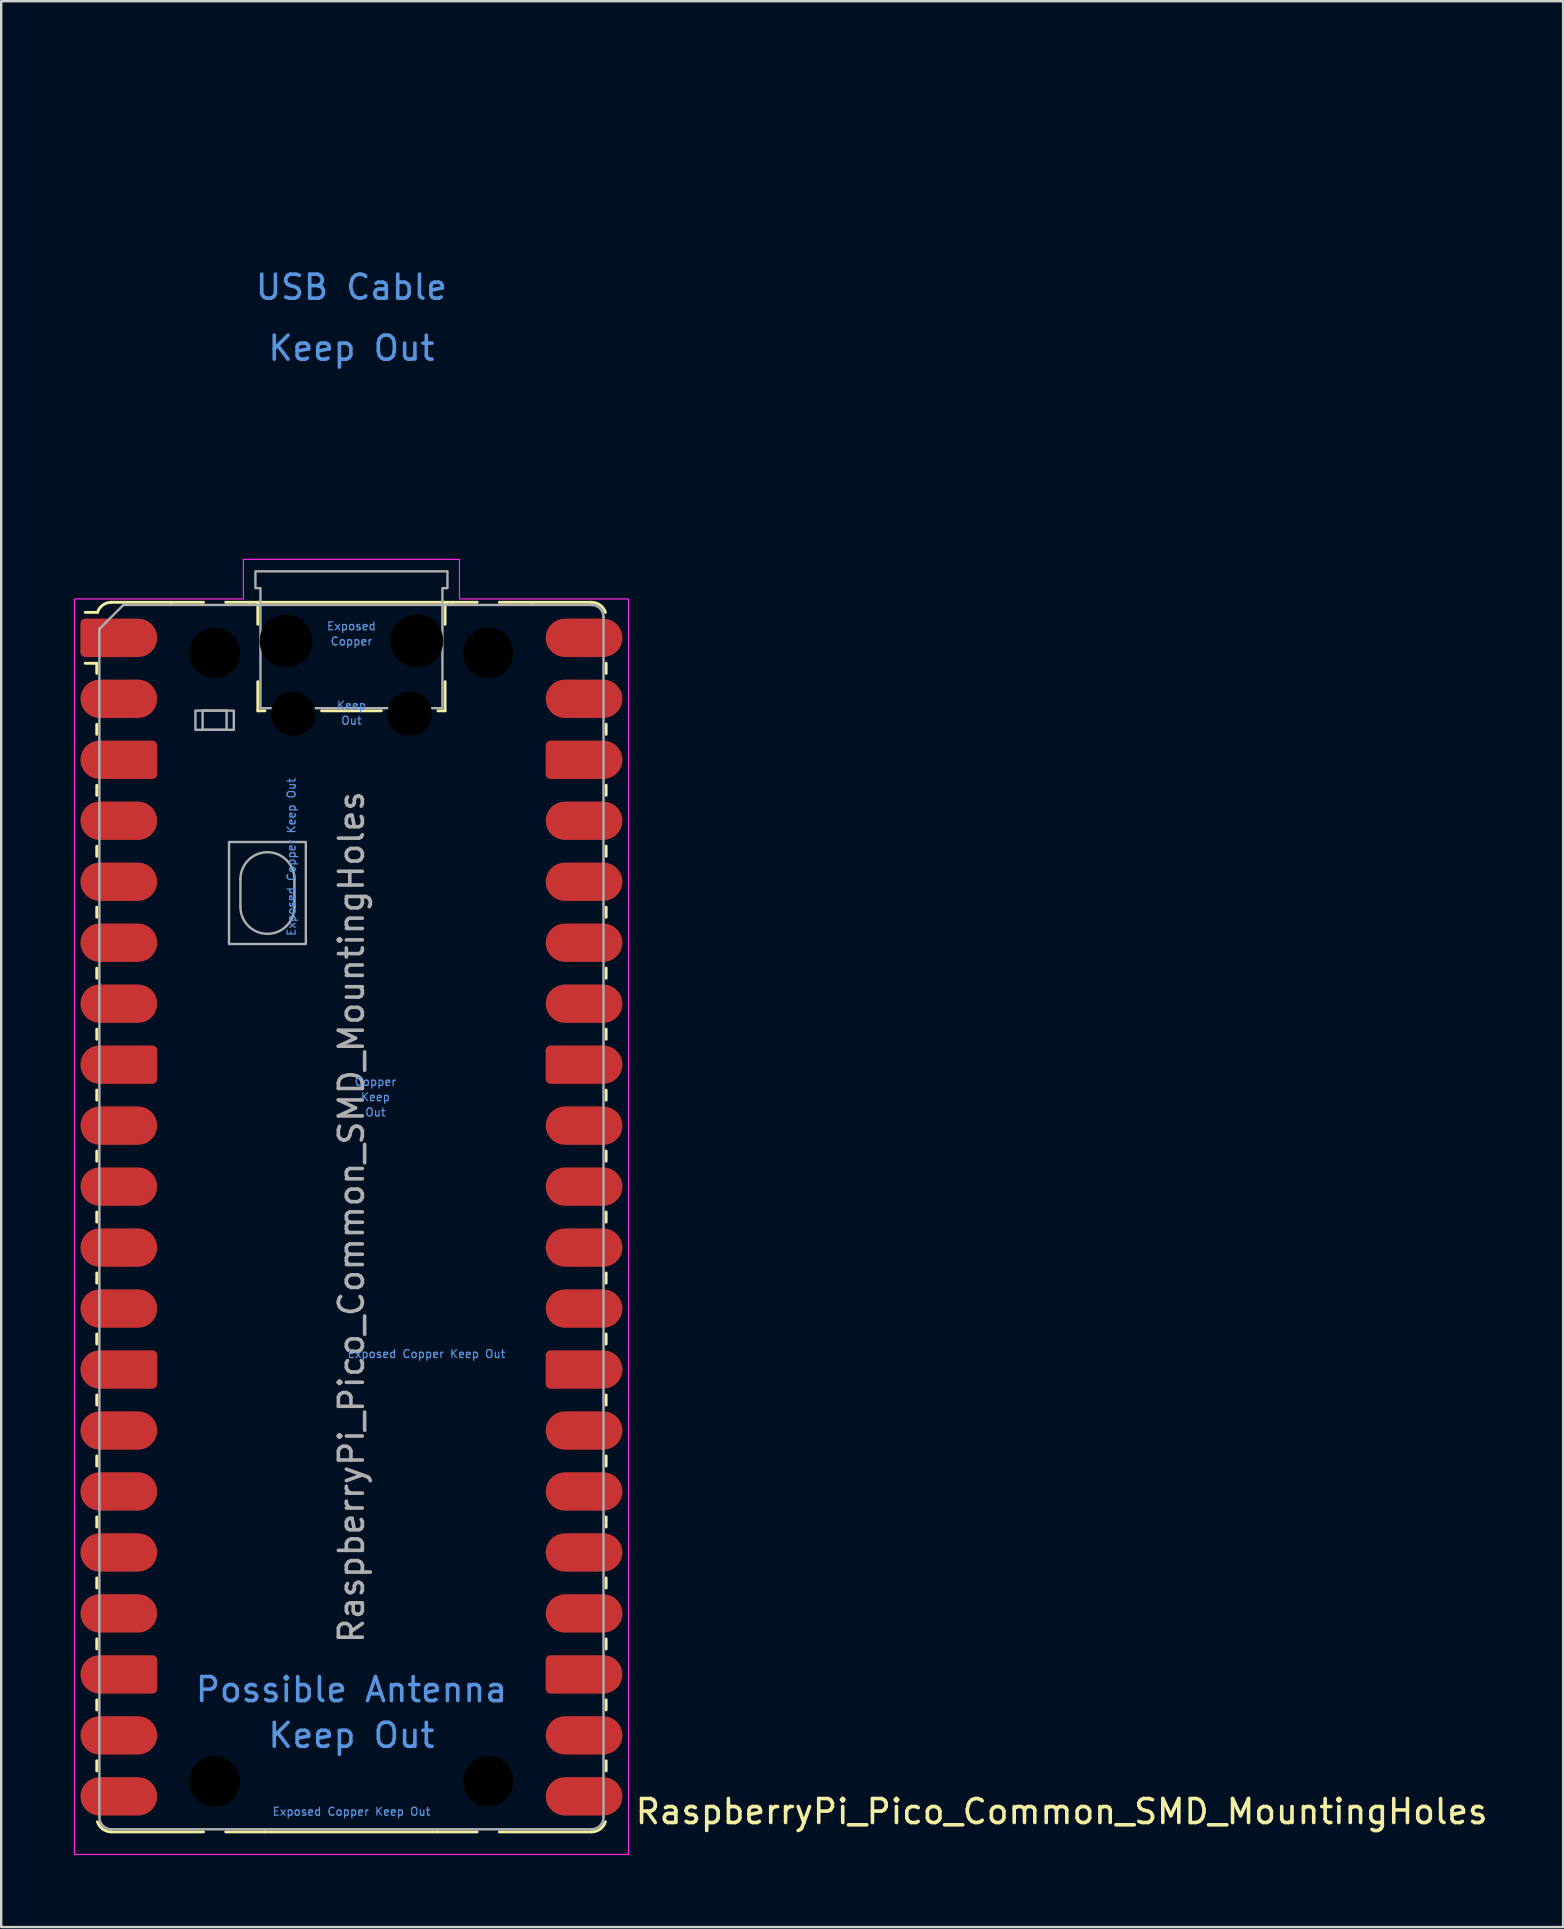
<source format=kicad_pcb>
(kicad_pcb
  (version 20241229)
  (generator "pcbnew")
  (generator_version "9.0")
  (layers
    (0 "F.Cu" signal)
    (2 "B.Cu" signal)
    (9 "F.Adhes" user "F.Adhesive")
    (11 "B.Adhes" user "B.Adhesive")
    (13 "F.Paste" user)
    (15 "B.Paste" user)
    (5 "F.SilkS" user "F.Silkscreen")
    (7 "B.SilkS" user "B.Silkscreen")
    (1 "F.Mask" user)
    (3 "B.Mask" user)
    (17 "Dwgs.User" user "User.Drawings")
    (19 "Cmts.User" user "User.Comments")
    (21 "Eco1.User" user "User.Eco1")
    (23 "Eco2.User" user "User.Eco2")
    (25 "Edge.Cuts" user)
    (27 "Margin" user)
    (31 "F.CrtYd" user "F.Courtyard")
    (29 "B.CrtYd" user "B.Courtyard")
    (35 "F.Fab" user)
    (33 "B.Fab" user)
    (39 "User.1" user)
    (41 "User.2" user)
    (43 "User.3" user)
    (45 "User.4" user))
  (footprint "RaspberryPi_Pico_Common_SMD_MountingHoles"
    (layer "F.Cu")
    (at 11.59 47.65)
    (property "Reference" "RaspberryPi_Pico_Common_SMD_MountingHoles" (at 11.748 24.765 0) (unlocked yes) (layer "F.SilkS") (effects (font (size 1 1) (thickness 0.15)) (justify left)))
    (attr smd)
    (fp_line (start -10.61 -23.07) (end -11.09 -23.07) (stroke (width 0.12) (type solid)) (layer "F.SilkS"))
    (fp_line (start -10.61 -23.07) (end -10.61 -22.65) (stroke (width 0.12) (type solid)) (layer "F.SilkS"))
    (fp_line (start -10.61 -20.53) (end -10.61 -20.11) (stroke (width 0.12) (type solid)) (layer "F.SilkS"))
    (fp_line (start -10.61 -17.99) (end -10.61 -17.57) (stroke (width 0.12) (type solid)) (layer "F.SilkS"))
    (fp_line (start -10.61 -15.45) (end -10.61 -15.03) (stroke (width 0.12) (type solid)) (layer "F.SilkS"))
    (fp_line (start -10.61 -12.91) (end -10.61 -12.49) (stroke (width 0.12) (type solid)) (layer "F.SilkS"))
    (fp_line (start -10.61 -10.37) (end -10.61 -9.95) (stroke (width 0.12) (type solid)) (layer "F.SilkS"))
    (fp_line (start -10.61 -7.83) (end -10.61 -7.41) (stroke (width 0.12) (type solid)) (layer "F.SilkS"))
    (fp_line (start -10.61 -5.29) (end -10.61 -4.87) (stroke (width 0.12) (type solid)) (layer "F.SilkS"))
    (fp_line (start -10.61 -2.75) (end -10.61 -2.33) (stroke (width 0.12) (type solid)) (layer "F.SilkS"))
    (fp_line (start -10.61 -0.21) (end -10.61 0.21) (stroke (width 0.12) (type solid)) (layer "F.SilkS"))
    (fp_line (start -10.61 2.33) (end -10.61 2.75) (stroke (width 0.12) (type solid)) (layer "F.SilkS"))
    (fp_line (start -10.61 4.87) (end -10.61 5.29) (stroke (width 0.12) (type solid)) (layer "F.SilkS"))
    (fp_line (start -10.61 7.41) (end -10.61 7.83) (stroke (width 0.12) (type solid)) (layer "F.SilkS"))
    (fp_line (start -10.61 9.95) (end -10.61 10.37) (stroke (width 0.12) (type solid)) (layer "F.SilkS"))
    (fp_line (start -10.61 12.49) (end -10.61 12.91) (stroke (width 0.12) (type solid)) (layer "F.SilkS"))
    (fp_line (start -10.61 15.03) (end -10.61 15.45) (stroke (width 0.12) (type solid)) (layer "F.SilkS"))
    (fp_line (start -10.61 17.57) (end -10.61 17.99) (stroke (width 0.12) (type solid)) (layer "F.SilkS"))
    (fp_line (start -10.61 20.11) (end -10.61 20.53) (stroke (width 0.12) (type solid)) (layer "F.SilkS"))
    (fp_line (start -10.61 22.65) (end -10.61 23.07) (stroke (width 0.12) (type solid)) (layer "F.SilkS"))
    (fp_line (start -10.58 -25.19) (end -11.09 -25.19) (stroke (width 0.12) (type solid)) (layer "F.SilkS"))
    (fp_line (start -10 -25.61) (end -7.51 -25.61) (stroke (width 0.12) (type solid)) (layer "F.SilkS"))
    (fp_line (start -10 25.61) (end -6.162 25.61) (stroke (width 0.12) (type solid)) (layer "F.SilkS"))
    (fp_line (start -7.51 -25.61) (end -6.162 -25.61) (stroke (width 0.12) (type solid)) (layer "F.SilkS"))
    (fp_line (start -5.238 -25.61) (end -4.235 -25.61) (stroke (width 0.12) (type solid)) (layer "F.SilkS"))
    (fp_line (start -4.235 -25.61) (end 4.235 -25.61) (stroke (width 0.12) (type solid)) (layer "F.SilkS"))
    (fp_line (start -3.9 -25.61) (end -3.9 -24.694) (stroke (width 0.12) (type solid)) (layer "F.SilkS"))
    (fp_line (start -3.9 -22.306) (end -3.9 -21.09) (stroke (width 0.12) (type solid)) (layer "F.SilkS"))
    (fp_line (start -3.9 -21.09) (end -3.604 -21.09) (stroke (width 0.12) (type solid)) (layer "F.SilkS"))
    (fp_line (start -3.6 25.61) (end -5.238 25.61) (stroke (width 0.12) (type solid)) (layer "F.SilkS"))
    (fp_line (start -1.246 -21.09) (end 1.246 -21.09) (stroke (width 0.12) (type solid)) (layer "F.SilkS"))
    (fp_line (start 3.6 25.61) (end -3.6 25.61) (stroke (width 0.12) (type solid)) (layer "F.SilkS"))
    (fp_line (start 3.604 -21.09) (end 3.9 -21.09) (stroke (width 0.12) (type solid)) (layer "F.SilkS"))
    (fp_line (start 3.9 -25.61) (end 3.9 -24.694) (stroke (width 0.12) (type solid)) (layer "F.SilkS"))
    (fp_line (start 3.9 -22.306) (end 3.9 -21.09) (stroke (width 0.12) (type solid)) (layer "F.SilkS"))
    (fp_line (start 4.235 -25.61) (end 5.238 -25.61) (stroke (width 0.12) (type solid)) (layer "F.SilkS"))
    (fp_line (start 5.238 25.61) (end 3.6 25.61) (stroke (width 0.12) (type solid)) (layer "F.SilkS"))
    (fp_line (start 6.162 -25.61) (end 7.51 -25.61) (stroke (width 0.12) (type solid)) (layer "F.SilkS"))
    (fp_line (start 6.162 25.61) (end 10 25.61) (stroke (width 0.12) (type solid)) (layer "F.SilkS"))
    (fp_line (start 10 -25.61) (end 7.51 -25.61) (stroke (width 0.12) (type solid)) (layer "F.SilkS"))
    (fp_line (start 10.61 -23.07) (end 10.61 -22.65) (stroke (width 0.12) (type solid)) (layer "F.SilkS"))
    (fp_line (start 10.61 -20.53) (end 10.61 -20.11) (stroke (width 0.12) (type solid)) (layer "F.SilkS"))
    (fp_line (start 10.61 -17.99) (end 10.61 -17.57) (stroke (width 0.12) (type solid)) (layer "F.SilkS"))
    (fp_line (start 10.61 -15.45) (end 10.61 -15.03) (stroke (width 0.12) (type solid)) (layer "F.SilkS"))
    (fp_line (start 10.61 -12.91) (end 10.61 -12.49) (stroke (width 0.12) (type solid)) (layer "F.SilkS"))
    (fp_line (start 10.61 -10.37) (end 10.61 -9.95) (stroke (width 0.12) (type solid)) (layer "F.SilkS"))
    (fp_line (start 10.61 -7.83) (end 10.61 -7.41) (stroke (width 0.12) (type solid)) (layer "F.SilkS"))
    (fp_line (start 10.61 -5.29) (end 10.61 -4.87) (stroke (width 0.12) (type solid)) (layer "F.SilkS"))
    (fp_line (start 10.61 -2.75) (end 10.61 -2.33) (stroke (width 0.12) (type solid)) (layer "F.SilkS"))
    (fp_line (start 10.61 -0.21) (end 10.61 0.21) (stroke (width 0.12) (type solid)) (layer "F.SilkS"))
    (fp_line (start 10.61 2.33) (end 10.61 2.75) (stroke (width 0.12) (type solid)) (layer "F.SilkS"))
    (fp_line (start 10.61 4.87) (end 10.61 5.29) (stroke (width 0.12) (type solid)) (layer "F.SilkS"))
    (fp_line (start 10.61 7.41) (end 10.61 7.83) (stroke (width 0.12) (type solid)) (layer "F.SilkS"))
    (fp_line (start 10.61 9.95) (end 10.61 10.37) (stroke (width 0.12) (type solid)) (layer "F.SilkS"))
    (fp_line (start 10.61 12.49) (end 10.61 12.91) (stroke (width 0.12) (type solid)) (layer "F.SilkS"))
    (fp_line (start 10.61 15.03) (end 10.61 15.45) (stroke (width 0.12) (type solid)) (layer "F.SilkS"))
    (fp_line (start 10.61 17.57) (end 10.61 17.99) (stroke (width 0.12) (type solid)) (layer "F.SilkS"))
    (fp_line (start 10.61 20.11) (end 10.61 20.53) (stroke (width 0.12) (type solid)) (layer "F.SilkS"))
    (fp_line (start 10.61 22.65) (end 10.61 23.07) (stroke (width 0.12) (type solid)) (layer "F.SilkS"))
    (fp_arc (start -10.579676 -25.19) (mid -10.357938 -25.493944) (end -10 -25.61) (stroke (width 0.12) (type solid)) (layer "F.SilkS"))
    (fp_arc (start -10 25.61) (mid -10.357937 25.493944) (end -10.579676 25.189937) (stroke (width 0.12) (type solid)) (layer "F.SilkS"))
    (fp_arc (start 10 -25.61) (mid 10.357937 -25.493944) (end 10.579676 -25.189937) (stroke (width 0.12) (type solid)) (layer "F.SilkS"))
    (fp_arc (start 10.579676 25.189937) (mid 10.357946 25.493957) (end 10 25.61) (stroke (width 0.12) (type solid)) (layer "F.SilkS"))
    (fp_poly (pts (xy -4.5 -27.4) (xy 4.5 -27.4) (xy 4.5 -25.75) (xy 11.54 -25.75) (xy 11.54 26.55) (xy -11.54 26.55) (xy -11.54 -25.75) (xy -4.5 -25.75)) (stroke (width 0.05) (type solid)) (fill no) (layer "F.CrtYd"))
    (fp_line (start -10.5 -24.5) (end -9.5 -25.5) (stroke (width 0.1) (type solid)) (layer "F.Fab"))
    (fp_line (start -10.5 25) (end -10.5 -24.5) (stroke (width 0.1) (type solid)) (layer "F.Fab"))
    (fp_line (start -9.5 -25.5) (end 10 -25.5) (stroke (width 0.1) (type solid)) (layer "F.Fab"))
    (fp_line (start -4.625 -14.075) (end -4.625 -12.925) (stroke (width 0.1) (type solid)) (layer "F.Fab"))
    (fp_line (start -2.375 -14.075) (end -2.375 -12.925) (stroke (width 0.1) (type solid)) (layer "F.Fab"))
    (fp_line (start 10 25.5) (end -10 25.5) (stroke (width 0.1) (type solid)) (layer "F.Fab"))
    (fp_line (start 10.5 -25) (end 10.5 25) (stroke (width 0.1) (type solid)) (layer "F.Fab"))
    (fp_rect (start -6.5 -21.1) (end -4.9 -20.3) (stroke (width 0.1) (type solid)) (fill no) (layer "F.Fab"))
    (fp_rect (start -6.2 -21.1) (end -5.2 -20.3) (stroke (width 0.1) (type solid)) (fill no) (layer "F.Fab"))
    (fp_rect (start -5.1 -15.625) (end -1.9 -11.375) (stroke (width 0.1) (type solid)) (fill no) (layer "F.Fab"))
    (fp_arc (start -10 25.5) (mid -10.353553 25.353553) (end -10.5 25) (stroke (width 0.1) (type solid)) (layer "F.Fab"))
    (fp_arc (start -4.625 -14.075) (mid -3.5 -15.2) (end -2.375 -14.075) (stroke (width 0.1) (type solid)) (layer "F.Fab"))
    (fp_arc (start -2.375 -12.925) (mid -3.5 -11.8) (end -4.625 -12.925) (stroke (width 0.1) (type solid)) (layer "F.Fab"))
    (fp_arc (start 10 -25.5) (mid 10.353553 -25.353553) (end 10.5 -25) (stroke (width 0.1) (type solid)) (layer "F.Fab"))
    (fp_arc (start 10.5 25) (mid 10.353553 25.353553) (end 10 25.5) (stroke (width 0.1) (type solid)) (layer "F.Fab"))
    (fp_poly (pts (xy 3.79 -21.2) (xy 3.79 -26.2) (xy 4 -26.2) (xy 4 -26.9) (xy -4 -26.9) (xy -4 -26.2) (xy -3.79 -26.2) (xy -3.79 -21.2)) (stroke (width 0.1) (type solid)) (fill no) (layer "F.Fab"))
    (fp_text user "Exposed Copper Keep Out" (at 0 24.765 0) (unlocked yes) (layer "Cmts.User") (effects (font (size 0.333 0.333) (thickness 0.05))))
    (fp_text user "Keep Out" (at 0 -36.195 0) (unlocked yes) (layer "Cmts.User") (effects (font (size 1 1) (thickness 0.15))))
    (fp_text user "Copper" (at 0 -23.983 0) (unlocked yes) (layer "Cmts.User") (effects (font (size 0.333 0.333) (thickness 0.05))))
    (fp_text user "Exposed Copper Keep Out" (at 3.124 5.7 0) (unlocked yes) (layer "Cmts.User") (effects (font (size 0.333 0.333) (thickness 0.05))))
    (fp_text user "Keep" (at 1 -5 0) (unlocked yes) (layer "Cmts.User") (effects (font (size 0.333 0.333) (thickness 0.05))))
    (fp_text user "Out" (at 0 -20.683 0) (unlocked yes) (layer "Cmts.User") (effects (font (size 0.333 0.333) (thickness 0.05))))
    (fp_text user "Keep Out" (at 0 21.59 0) (unlocked yes) (layer "Cmts.User") (effects (font (size 1 1) (thickness 0.15))))
    (fp_text user "Exposed" (at 0 -24.617 0) (unlocked yes) (layer "Cmts.User") (effects (font (size 0.333 0.333) (thickness 0.05))))
    (fp_text user "Copper" (at 1 -5.635 0) (unlocked yes) (layer "Cmts.User") (effects (font (size 0.333 0.333) (thickness 0.05))))
    (fp_text user "Possible Antenna" (at 0 19.685 0) (unlocked yes) (layer "Cmts.User") (effects (font (size 1 1) (thickness 0.15))))
    (fp_text user "Out" (at 1 -4.365 0) (unlocked yes) (layer "Cmts.User") (effects (font (size 0.333 0.333) (thickness 0.05))))
    (fp_text user "Keep" (at 0 -21.317 0) (unlocked yes) (layer "Cmts.User") (effects (font (size 0.333 0.333) (thickness 0.05))))
    (fp_text user "USB Cable" (at 0 -38.735 0) (unlocked yes) (layer "Cmts.User") (effects (font (size 1 1) (thickness 0.15))))
    (fp_text user "Exposed Copper Keep Out" (at -2.5 -15 90) (unlocked yes) (layer "Cmts.User") (effects (font (size 0.333 0.333) (thickness 0.05))))
    (fp_text user "${REFERENCE}" (at 0 0 90) (layer "F.Fab") (effects (font (size 1 1) (thickness 0.15))))
    (pad "" smd rect (at -8.89 -24.13) (size 3.8 2.2) (drill (offset -0.8 0)) (layers "F.Paste"))
    (pad "" smd rect (at -8.89 -21.59) (size 3.8 2.2) (drill (offset -0.8 0)) (layers "F.Paste"))
    (pad "" smd rect (at -8.89 -19.05) (size 3.8 2.2) (drill (offset -0.8 0)) (layers "F.Paste"))
    (pad "" smd rect (at -8.89 -16.51) (size 3.8 2.2) (drill (offset -0.8 0)) (layers "F.Paste"))
    (pad "" smd rect (at -8.89 -13.97) (size 3.8 2.2) (drill (offset -0.8 0)) (layers "F.Paste"))
    (pad "" smd rect (at -8.89 -11.43) (size 3.8 2.2) (drill (offset -0.8 0)) (layers "F.Paste"))
    (pad "" smd rect (at -8.89 -8.89) (size 3.8 2.2) (drill (offset -0.8 0)) (layers "F.Paste"))
    (pad "" smd rect (at -8.89 -6.35) (size 3.8 2.2) (drill (offset -0.8 0)) (layers "F.Paste"))
    (pad "" smd rect (at -8.89 -3.81) (size 3.8 2.2) (drill (offset -0.8 0)) (layers "F.Paste"))
    (pad "" smd rect (at -8.89 -1.27) (size 3.8 2.2) (drill (offset -0.8 0)) (layers "F.Paste"))
    (pad "" smd rect (at -8.89 1.27) (size 3.8 2.2) (drill (offset -0.8 0)) (layers "F.Paste"))
    (pad "" smd rect (at -8.89 3.81) (size 3.8 2.2) (drill (offset -0.8 0)) (layers "F.Paste"))
    (pad "" smd rect (at -8.89 6.35) (size 3.8 2.2) (drill (offset -0.8 0)) (layers "F.Paste"))
    (pad "" smd rect (at -8.89 8.89) (size 3.8 2.2) (drill (offset -0.8 0)) (layers "F.Paste"))
    (pad "" smd rect (at -8.89 11.43) (size 3.8 2.2) (drill (offset -0.8 0)) (layers "F.Paste"))
    (pad "" smd rect (at -8.89 13.97) (size 3.8 2.2) (drill (offset -0.8 0)) (layers "F.Paste"))
    (pad "" smd rect (at -8.89 16.51) (size 3.8 2.2) (drill (offset -0.8 0)) (layers "F.Paste"))
    (pad "" smd rect (at -8.89 19.05) (size 3.8 2.2) (drill (offset -0.8 0)) (layers "F.Paste"))
    (pad "" smd rect (at -8.89 21.59) (size 3.8 2.2) (drill (offset -0.8 0)) (layers "F.Paste"))
    (pad "" smd rect (at -8.89 24.13) (size 3.8 2.2) (drill (offset -0.8 0)) (layers "F.Paste"))
    (pad "" np_thru_hole circle (at -5.7 -23.5) (size 3.8 3.8) (drill 2.1) (layers "*.Mask"))
    (pad "" np_thru_hole circle (at -5.7 23.5) (size 3.8 3.8) (drill 2.1) (layers "*.Mask"))
    (pad "" np_thru_hole circle (at -2.725 -24) (size 2.2 2.2) (drill 2.2) (layers "*.Mask"))
    (pad "" np_thru_hole circle (at -2.425 -20.97) (size 1.85 1.85) (drill 1.85) (layers "*.Mask"))
    (pad "" np_thru_hole circle (at 2.425 -20.97) (size 1.85 1.85) (drill 1.85) (layers "*.Mask"))
    (pad "" np_thru_hole circle (at 2.725 -24) (size 2.2 2.2) (drill 2.2) (layers "*.Mask"))
    (pad "" np_thru_hole circle (at 5.7 -23.5) (size 3.8 3.8) (drill 2.1) (layers "*.Mask"))
    (pad "" np_thru_hole circle (at 5.7 23.5) (size 3.8 3.8) (drill 2.1) (layers "*.Mask"))
    (pad "" smd rect (at 8.89 -24.13) (size 3.8 2.2) (drill (offset 0.8 0)) (layers "F.Paste"))
    (pad "" smd rect (at 8.89 -21.59) (size 3.8 2.2) (drill (offset 0.8 0)) (layers "F.Paste"))
    (pad "" smd rect (at 8.89 -19.05) (size 3.8 2.2) (drill (offset 0.8 0)) (layers "F.Paste"))
    (pad "" smd rect (at 8.89 -16.51) (size 3.8 2.2) (drill (offset 0.8 0)) (layers "F.Paste"))
    (pad "" smd rect (at 8.89 -13.97) (size 3.8 2.2) (drill (offset 0.8 0)) (layers "F.Paste"))
    (pad "" smd rect (at 8.89 -11.43) (size 3.8 2.2) (drill (offset 0.8 0)) (layers "F.Paste"))
    (pad "" smd rect (at 8.89 -8.89) (size 3.8 2.2) (drill (offset 0.8 0)) (layers "F.Paste"))
    (pad "" smd rect (at 8.89 -6.35) (size 3.8 2.2) (drill (offset 0.8 0)) (layers "F.Paste"))
    (pad "" smd rect (at 8.89 -3.81) (size 3.8 2.2) (drill (offset 0.8 0)) (layers "F.Paste"))
    (pad "" smd rect (at 8.89 -1.27) (size 3.8 2.2) (drill (offset 0.8 0)) (layers "F.Paste"))
    (pad "" smd rect (at 8.89 1.27) (size 3.8 2.2) (drill (offset 0.8 0)) (layers "F.Paste"))
    (pad "" smd rect (at 8.89 3.81) (size 3.8 2.2) (drill (offset 0.8 0)) (layers "F.Paste"))
    (pad "" smd rect (at 8.89 6.35) (size 3.8 2.2) (drill (offset 0.8 0)) (layers "F.Paste"))
    (pad "" smd rect (at 8.89 8.89) (size 3.8 2.2) (drill (offset 0.8 0)) (layers "F.Paste"))
    (pad "" smd rect (at 8.89 11.43) (size 3.8 2.2) (drill (offset 0.8 0)) (layers "F.Paste"))
    (pad "" smd rect (at 8.89 13.97) (size 3.8 2.2) (drill (offset 0.8 0)) (layers "F.Paste"))
    (pad "" smd rect (at 8.89 16.51) (size 3.8 2.2) (drill (offset 0.8 0)) (layers "F.Paste"))
    (pad "" smd rect (at 8.89 19.05) (size 3.8 2.2) (drill (offset 0.8 0)) (layers "F.Paste"))
    (pad "" smd rect (at 8.89 21.59) (size 3.8 2.2) (drill (offset 0.8 0)) (layers "F.Paste"))
    (pad "" smd rect (at 8.89 24.13) (size 3.8 2.2) (drill (offset 0.8 0)) (layers "F.Paste"))
    (pad "1" smd custom (at -8.89 -24.13) (size 1.6 1.6) (layers "F.Cu" "F.Mask") (options (anchor circle)) (primitives (gr_poly (pts (xy -2.4 0.6) (xy -2.4 -0.6) (xy -2.2 -0.8) (xy 0 -0.8) (xy 0 0.8) (xy -2.2 0.8)) (width 0) (fill yes)) (gr_circle (center -2.2 0.6) (end -2 0.6) (width 0) (fill yes)) (gr_circle (center -2.2 -0.6) (end -2 -0.6) (width 0) (fill yes))))
    (pad "2" smd roundrect (at -8.89 -21.59) (size 3.2 1.6) (drill (offset -0.8 0)) (layers "F.Cu" "F.Mask") (roundrect_rratio 0.5))
    (pad "3" smd custom (at -8.89 -19.05) (size 1.6 1.6) (layers "F.Cu" "F.Mask") (options (anchor circle)) (primitives (gr_poly (pts (xy 0.8 -0.6) (xy 0.8 0.6) (xy 0.6 0.8) (xy -1.6 0.8) (xy -1.6 -0.8) (xy 0.6 -0.8)) (width 0) (fill yes)) (gr_circle (center 0.6 0.6) (end 0.8 0.6) (width 0) (fill yes)) (gr_circle (center 0.6 -0.6) (end 0.8 -0.6) (width 0) (fill yes)) (gr_circle (center -1.6 0) (end -0.8 0) (width 0) (fill yes))))
    (pad "4" smd roundrect (at -8.89 -16.51) (size 3.2 1.6) (drill (offset -0.8 0)) (layers "F.Cu" "F.Mask") (roundrect_rratio 0.5))
    (pad "5" smd roundrect (at -8.89 -13.97) (size 3.2 1.6) (drill (offset -0.8 0)) (layers "F.Cu" "F.Mask") (roundrect_rratio 0.5))
    (pad "6" smd roundrect (at -8.89 -11.43) (size 3.2 1.6) (drill (offset -0.8 0)) (layers "F.Cu" "F.Mask") (roundrect_rratio 0.5))
    (pad "7" smd roundrect (at -8.89 -8.89) (size 3.2 1.6) (drill (offset -0.8 0)) (layers "F.Cu" "F.Mask") (roundrect_rratio 0.5))
    (pad "8" smd custom (at -8.89 -6.35) (size 1.6 1.6) (layers "F.Cu" "F.Mask") (options (anchor circle)) (primitives (gr_poly (pts (xy 0.8 -0.6) (xy 0.8 0.6) (xy 0.6 0.8) (xy -1.6 0.8) (xy -1.6 -0.8) (xy 0.6 -0.8)) (width 0) (fill yes)) (gr_circle (center 0.6 0.6) (end 0.8 0.6) (width 0) (fill yes)) (gr_circle (center 0.6 -0.6) (end 0.8 -0.6) (width 0) (fill yes)) (gr_circle (center -1.6 0) (end -0.8 0) (width 0) (fill yes))))
    (pad "9" smd roundrect (at -8.89 -3.81) (size 3.2 1.6) (drill (offset -0.8 0)) (layers "F.Cu" "F.Mask") (roundrect_rratio 0.5))
    (pad "10" smd roundrect (at -8.89 -1.27) (size 3.2 1.6) (drill (offset -0.8 0)) (layers "F.Cu" "F.Mask") (roundrect_rratio 0.5))
    (pad "11" smd roundrect (at -8.89 1.27) (size 3.2 1.6) (drill (offset -0.8 0)) (layers "F.Cu" "F.Mask") (roundrect_rratio 0.5))
    (pad "12" smd roundrect (at -8.89 3.81) (size 3.2 1.6) (drill (offset -0.8 0)) (layers "F.Cu" "F.Mask") (roundrect_rratio 0.5))
    (pad "13" smd custom (at -8.89 6.35) (size 1.6 1.6) (layers "F.Cu" "F.Mask") (options (anchor circle)) (primitives (gr_poly (pts (xy 0.8 -0.6) (xy 0.8 0.6) (xy 0.6 0.8) (xy -1.6 0.8) (xy -1.6 -0.8) (xy 0.6 -0.8)) (width 0) (fill yes)) (gr_circle (center 0.6 0.6) (end 0.8 0.6) (width 0) (fill yes)) (gr_circle (center 0.6 -0.6) (end 0.8 -0.6) (width 0) (fill yes)) (gr_circle (center -1.6 0) (end -0.8 0) (width 0) (fill yes))))
    (pad "14" smd roundrect (at -8.89 8.89) (size 3.2 1.6) (drill (offset -0.8 0)) (layers "F.Cu" "F.Mask") (roundrect_rratio 0.5))
    (pad "15" smd roundrect (at -8.89 11.43) (size 3.2 1.6) (drill (offset -0.8 0)) (layers "F.Cu" "F.Mask") (roundrect_rratio 0.5))
    (pad "16" smd roundrect (at -8.89 13.97) (size 3.2 1.6) (drill (offset -0.8 0)) (layers "F.Cu" "F.Mask") (roundrect_rratio 0.5))
    (pad "17" smd roundrect (at -8.89 16.51) (size 3.2 1.6) (drill (offset -0.8 0)) (layers "F.Cu" "F.Mask") (roundrect_rratio 0.5))
    (pad "18" smd custom (at -8.89 19.05) (size 1.6 1.6) (layers "F.Cu" "F.Mask") (options (anchor circle)) (primitives (gr_poly (pts (xy 0.8 -0.6) (xy 0.8 0.6) (xy 0.6 0.8) (xy -1.6 0.8) (xy -1.6 -0.8) (xy 0.6 -0.8)) (width 0) (fill yes)) (gr_circle (center 0.6 0.6) (end 0.8 0.6) (width 0) (fill yes)) (gr_circle (center 0.6 -0.6) (end 0.8 -0.6) (width 0) (fill yes)) (gr_circle (center -1.6 0) (end -0.8 0) (width 0) (fill yes))))
    (pad "19" smd roundrect (at -8.89 21.59) (size 3.2 1.6) (drill (offset -0.8 0)) (layers "F.Cu" "F.Mask") (roundrect_rratio 0.5))
    (pad "20" smd roundrect (at -8.89 24.13) (size 3.2 1.6) (drill (offset -0.8 0)) (layers "F.Cu" "F.Mask") (roundrect_rratio 0.5))
    (pad "21" smd roundrect (at 8.89 24.13) (size 3.2 1.6) (drill (offset 0.8 0)) (layers "F.Cu" "F.Mask") (roundrect_rratio 0.5))
    (pad "22" smd roundrect (at 8.89 21.59) (size 3.2 1.6) (drill (offset 0.8 0)) (layers "F.Cu" "F.Mask") (roundrect_rratio 0.5))
    (pad "23" smd custom (at 8.89 19.05) (size 1.6 1.6) (layers "F.Cu" "F.Mask") (options (anchor circle)) (primitives (gr_poly (pts (xy -0.8 -0.6) (xy -0.8 0.6) (xy -0.6 0.8) (xy 1.6 0.8) (xy 1.6 -0.8) (xy -0.6 -0.8)) (width 0) (fill yes)) (gr_circle (center -0.6 0.6) (end -0.4 0.6) (width 0) (fill yes)) (gr_circle (center -0.6 -0.6) (end -0.4 -0.6) (width 0) (fill yes)) (gr_circle (center 1.6 0) (end 2.4 0) (width 0) (fill yes))))
    (pad "24" smd roundrect (at 8.89 16.51) (size 3.2 1.6) (drill (offset 0.8 0)) (layers "F.Cu" "F.Mask") (roundrect_rratio 0.5))
    (pad "25" smd roundrect (at 8.89 13.97) (size 3.2 1.6) (drill (offset 0.8 0)) (layers "F.Cu" "F.Mask") (roundrect_rratio 0.5))
    (pad "26" smd roundrect (at 8.89 11.43) (size 3.2 1.6) (drill (offset 0.8 0)) (layers "F.Cu" "F.Mask") (roundrect_rratio 0.5))
    (pad "27" smd roundrect (at 8.89 8.89) (size 3.2 1.6) (drill (offset 0.8 0)) (layers "F.Cu" "F.Mask") (roundrect_rratio 0.5))
    (pad "28" smd custom (at 8.89 6.35) (size 1.6 1.6) (layers "F.Cu" "F.Mask") (options (anchor circle)) (primitives (gr_poly (pts (xy -0.8 -0.6) (xy -0.8 0.6) (xy -0.6 0.8) (xy 1.6 0.8) (xy 1.6 -0.8) (xy -0.6 -0.8)) (width 0) (fill yes)) (gr_circle (center -0.6 0.6) (end -0.4 0.6) (width 0) (fill yes)) (gr_circle (center -0.6 -0.6) (end -0.4 -0.6) (width 0) (fill yes)) (gr_circle (center 1.6 0) (end 2.4 0) (width 0) (fill yes))))
    (pad "29" smd roundrect (at 8.89 3.81) (size 3.2 1.6) (drill (offset 0.8 0)) (layers "F.Cu" "F.Mask") (roundrect_rratio 0.5))
    (pad "30" smd roundrect (at 8.89 1.27) (size 3.2 1.6) (drill (offset 0.8 0)) (layers "F.Cu" "F.Mask") (roundrect_rratio 0.5))
    (pad "31" smd roundrect (at 8.89 -1.27) (size 3.2 1.6) (drill (offset 0.8 0)) (layers "F.Cu" "F.Mask") (roundrect_rratio 0.5))
    (pad "32" smd roundrect (at 8.89 -3.81) (size 3.2 1.6) (drill (offset 0.8 0)) (layers "F.Cu" "F.Mask") (roundrect_rratio 0.5))
    (pad "33" smd custom (at 8.89 -6.35) (size 1.6 1.6) (layers "F.Cu" "F.Mask") (options (anchor circle)) (primitives (gr_poly (pts (xy -0.8 -0.6) (xy -0.8 0.6) (xy -0.6 0.8) (xy 1.6 0.8) (xy 1.6 -0.8) (xy -0.6 -0.8)) (width 0) (fill yes)) (gr_circle (center -0.6 0.6) (end -0.4 0.6) (width 0) (fill yes)) (gr_circle (center -0.6 -0.6) (end -0.4 -0.6) (width 0) (fill yes)) (gr_circle (center 1.6 0) (end 2.4 0) (width 0) (fill yes))))
    (pad "34" smd roundrect (at 8.89 -8.89) (size 3.2 1.6) (drill (offset 0.8 0)) (layers "F.Cu" "F.Mask") (roundrect_rratio 0.5))
    (pad "35" smd roundrect (at 8.89 -11.43) (size 3.2 1.6) (drill (offset 0.8 0)) (layers "F.Cu" "F.Mask") (roundrect_rratio 0.5))
    (pad "36" smd roundrect (at 8.89 -13.97) (size 3.2 1.6) (drill (offset 0.8 0)) (layers "F.Cu" "F.Mask") (roundrect_rratio 0.5))
    (pad "37" smd roundrect (at 8.89 -16.51) (size 3.2 1.6) (drill (offset 0.8 0)) (layers "F.Cu" "F.Mask") (roundrect_rratio 0.5))
    (pad "38" smd custom (at 8.89 -19.05) (size 1.6 1.6) (layers "F.Cu" "F.Mask") (options (anchor circle)) (primitives (gr_poly (pts (xy -0.8 -0.6) (xy -0.8 0.6) (xy -0.6 0.8) (xy 1.6 0.8) (xy 1.6 -0.8) (xy -0.6 -0.8)) (width 0) (fill yes)) (gr_circle (center -0.6 0.6) (end -0.4 0.6) (width 0) (fill yes)) (gr_circle (center -0.6 -0.6) (end -0.4 -0.6) (width 0) (fill yes)) (gr_circle (center 1.6 0) (end 2.4 0) (width 0) (fill yes))))
    (pad "39" smd roundrect (at 8.89 -21.59) (size 3.2 1.6) (drill (offset 0.8 0)) (layers "F.Cu" "F.Mask") (roundrect_rratio 0.5))
    (pad "40" smd roundrect (at 8.89 -24.13) (size 3.2 1.6) (drill (offset 0.8 0)) (layers "F.Cu" "F.Mask") (roundrect_rratio 0.5))
    (zone (net_name "") (layers "F.Cu" "B.Cu" "F.Paste" "B.Paste") (name "Antenna Copper Keep Out") (hatch full 0.5) (connect_pads) (min_thickness 0.254) (filled_areas_thickness no) (keepout (tracks not_allowed) (vias not_allowed) (pads not_allowed) (copperpour not_allowed) (footprints allowed)) (placement (enabled no)) (fill) (polygon (pts (xy 9.19 72.64) (xy 4.49 68.99) (xy 4.49 64.65) (xy 18.69 64.65) (xy 18.69 68.99) (xy 13.99 72.64) (xy 13.99 73.65) (xy 9.19 73.65))))
    (zone (net_name "") (layers "F.Cu" "F.Paste") (name "Pad Keep Out D1-W") (hatch full 0.5) (connect_pads) (min_thickness 0.25) (filled_areas_thickness no) (keepout (tracks not_allowed) (vias not_allowed) (pads not_allowed) (copperpour not_allowed) (footprints allowed)) (placement (enabled no)) (fill) (polygon (pts (xy 11.219 52.45) (xy 11.274 52.395) (xy 11.347 52.365) (xy 11.387 52.363) (xy 12.174 52.363) (xy 12.174 54.337) (xy 11.387 54.337) (xy 11.347 54.335) (xy 11.274 54.305) (xy 11.219 54.25) (xy 11.189 54.177) (xy 11.187 54.137) (xy 11.187 52.563) (xy 11.189 52.523))))
    (zone (net_name "") (layers "F.Cu" "F.Paste") (name "Pad Keep Out D1-W") (hatch full 0.5) (connect_pads) (min_thickness 0.25) (filled_areas_thickness no) (keepout (tracks not_allowed) (vias not_allowed) (pads not_allowed) (copperpour not_allowed) (footprints allowed)) (placement (enabled no)) (fill) (polygon (pts (xy 12.961 54.337) (xy 12.174 54.337) (xy 12.174 52.363) (xy 12.961 52.363) (xy 13.001 52.365) (xy 13.074 52.395) (xy 13.129 52.45) (xy 13.16 52.523) (xy 13.162 52.563) (xy 13.162 54.137) (xy 13.16 54.177) (xy 13.129 54.25) (xy 13.074 54.305) (xy 13.001 54.335))))
    (zone (net_name "") (layers "F.Cu" "F.Paste") (name "Pad Keep Out TP4") (hatch full 0.5) (connect_pads) (min_thickness 0.25) (filled_areas_thickness no) (keepout (tracks not_allowed) (vias not_allowed) (pads not_allowed) (copperpour not_allowed) (footprints allowed)) (placement (enabled no)) (fill) (polygon (pts (xy 8.574 31.098) (xy 8.448 31.064) (xy 8.334 30.998) (xy 8.242 30.906) (xy 8.176 30.792) (xy 8.142 30.666) (xy 8.14 30.6) (xy 8.14 30.15) (xy 10.04 30.15) (xy 10.04 30.6) (xy 10.038 30.666) (xy 10.004 30.792) (xy 9.938 30.906) (xy 9.846 30.998) (xy 9.732 31.064) (xy 9.606 31.098) (xy 9.54 31.1) (xy 8.64 31.1))))
    (zone (net_name "") (layers "F.Cu" "F.Paste") (name "Pad Keep Out TP5") (hatch full 0.5) (connect_pads) (min_thickness 0.25) (filled_areas_thickness no) (keepout (tracks not_allowed) (vias not_allowed) (pads not_allowed) (copperpour not_allowed) (footprints allowed)) (placement (enabled no)) (fill) (polygon (pts (xy 8.574 33.598) (xy 8.448 33.564) (xy 8.334 33.498) (xy 8.242 33.406) (xy 8.176 33.292) (xy 8.142 33.166) (xy 8.14 33.1) (xy 8.14 32.65) (xy 10.04 32.65) (xy 10.04 33.1) (xy 10.038 33.166) (xy 10.004 33.292) (xy 9.938 33.406) (xy 9.846 33.498) (xy 9.732 33.564) (xy 9.606 33.598) (xy 9.54 33.6) (xy 8.64 33.6))))
    (zone (net_name "") (layers "F.Cu" "F.Paste") (name "Pad Keep Out TP6") (hatch full 0.5) (connect_pads) (min_thickness 0.25) (filled_areas_thickness no) (keepout (tracks not_allowed) (vias not_allowed) (pads not_allowed) (copperpour not_allowed) (footprints allowed)) (placement (enabled no)) (fill) (polygon (pts (xy 8.574 36.098) (xy 8.448 36.064) (xy 8.334 35.998) (xy 8.242 35.906) (xy 8.176 35.792) (xy 8.142 35.666) (xy 8.14 35.6) (xy 8.14 35.15) (xy 10.04 35.15) (xy 10.04 35.6) (xy 10.038 35.666) (xy 10.004 35.792) (xy 9.938 35.906) (xy 9.846 35.998) (xy 9.732 36.064) (xy 9.606 36.098) (xy 9.54 36.1) (xy 8.64 36.1))))
    (zone (net_name "") (layers "F.Cu" "F.Paste") (name "Pad Keep Out TP3") (hatch full 0.5) (connect_pads) (min_thickness 0.25) (filled_areas_thickness no) (keepout (tracks not_allowed) (vias not_allowed) (pads not_allowed) (copperpour not_allowed) (footprints allowed)) (placement (enabled no)) (fill) (polygon (pts (xy 9.642 22.834) (xy 9.676 22.708) (xy 9.742 22.594) (xy 9.834 22.502) (xy 9.948 22.436) (xy 10.074 22.402) (xy 10.14 22.4) (xy 10.59 22.4) (xy 10.59 24.3) (xy 10.14 24.3) (xy 10.074 24.298) (xy 9.948 24.264) (xy 9.834 24.198) (xy 9.742 24.106) (xy 9.676 23.992) (xy 9.642 23.866) (xy 9.64 23.8) (xy 9.64 22.9))))
    (zone (net_name "") (layers "F.Cu" "F.Paste") (name "Pad Keep Out TP4") (hatch full 0.5) (connect_pads) (min_thickness 0.25) (filled_areas_thickness no) (keepout (tracks not_allowed) (vias not_allowed) (pads not_allowed) (copperpour not_allowed) (footprints allowed)) (placement (enabled no)) (fill) (polygon (pts (xy 10.04 30.15) (xy 10.04 29.7) (xy 10.038 29.634) (xy 10.004 29.508) (xy 9.938 29.394) (xy 9.846 29.302) (xy 9.732 29.236) (xy 9.606 29.202) (xy 9.54 29.2) (xy 8.64 29.2) (xy 8.574 29.202) (xy 8.448 29.236) (xy 8.334 29.302) (xy 8.242 29.394) (xy 8.176 29.508) (xy 8.142 29.634) (xy 8.14 29.7) (xy 8.14 30.15))))
    (zone (net_name "") (layers "F.Cu" "F.Paste") (name "Pad Keep Out TP5") (hatch full 0.5) (connect_pads) (min_thickness 0.25) (filled_areas_thickness no) (keepout (tracks not_allowed) (vias not_allowed) (pads not_allowed) (copperpour not_allowed) (footprints allowed)) (placement (enabled no)) (fill) (polygon (pts (xy 10.04 32.65) (xy 10.04 32.2) (xy 10.038 32.134) (xy 10.004 32.008) (xy 9.938 31.894) (xy 9.846 31.802) (xy 9.732 31.736) (xy 9.606 31.702) (xy 9.54 31.7) (xy 8.64 31.7) (xy 8.574 31.702) (xy 8.448 31.736) (xy 8.334 31.802) (xy 8.242 31.894) (xy 8.176 32.008) (xy 8.142 32.134) (xy 8.14 32.2) (xy 8.14 32.65))))
    (zone (net_name "") (layers "F.Cu" "F.Paste") (name "Pad Keep Out TP6") (hatch full 0.5) (connect_pads) (min_thickness 0.25) (filled_areas_thickness no) (keepout (tracks not_allowed) (vias not_allowed) (pads not_allowed) (copperpour not_allowed) (footprints allowed)) (placement (enabled no)) (fill) (polygon (pts (xy 10.04 35.15) (xy 10.04 34.7) (xy 10.038 34.634) (xy 10.004 34.508) (xy 9.938 34.394) (xy 9.846 34.302) (xy 9.732 34.236) (xy 9.606 34.202) (xy 9.54 34.2) (xy 8.64 34.2) (xy 8.574 34.202) (xy 8.448 34.236) (xy 8.334 34.302) (xy 8.242 34.394) (xy 8.176 34.508) (xy 8.142 34.634) (xy 8.14 34.7) (xy 8.14 35.15))))
    (zone (net_name "") (layers "F.Cu" "F.Paste") (name "Pad Keep Out TP3") (hatch full 0.5) (connect_pads) (min_thickness 0.25) (filled_areas_thickness no) (keepout (tracks not_allowed) (vias not_allowed) (pads not_allowed) (copperpour not_allowed) (footprints allowed)) (placement (enabled no)) (fill) (polygon (pts (xy 10.59 24.3) (xy 11.04 24.3) (xy 11.106 24.298) (xy 11.232 24.264) (xy 11.346 24.198) (xy 11.438 24.106) (xy 11.504 23.992) (xy 11.538 23.866) (xy 11.54 23.8) (xy 11.54 22.9) (xy 11.538 22.834) (xy 11.504 22.708) (xy 11.438 22.594) (xy 11.346 22.502) (xy 11.232 22.436) (xy 11.106 22.402) (xy 11.04 22.4) (xy 10.59 22.4))))
    (zone (net_name "") (layers "F.Cu" "F.Paste") (name "Pad Keep Out TP1") (hatch full 0.5) (connect_pads) (min_thickness 0.25) (filled_areas_thickness no) (keepout (tracks not_allowed) (vias not_allowed) (pads not_allowed) (copperpour not_allowed) (footprints allowed)) (placement (enabled no)) (fill) (polygon (pts (xy 10.642 26.134) (xy 10.676 26.008) (xy 10.742 25.894) (xy 10.834 25.802) (xy 10.948 25.736) (xy 11.074 25.702) (xy 11.14 25.7) (xy 11.59 25.7) (xy 11.59 27.6) (xy 11.14 27.6) (xy 11.074 27.598) (xy 10.948 27.564) (xy 10.834 27.498) (xy 10.742 27.406) (xy 10.676 27.292) (xy 10.642 27.166) (xy 10.64 27.1) (xy 10.64 26.2))))
    (zone (net_name "") (layers "F.Cu" "F.Paste") (name "Pad Keep Out TP1") (hatch full 0.5) (connect_pads) (min_thickness 0.25) (filled_areas_thickness no) (keepout (tracks not_allowed) (vias not_allowed) (pads not_allowed) (copperpour not_allowed) (footprints allowed)) (placement (enabled no)) (fill) (polygon (pts (xy 11.59 27.6) (xy 12.04 27.6) (xy 12.106 27.598) (xy 12.232 27.564) (xy 12.346 27.498) (xy 12.438 27.406) (xy 12.504 27.292) (xy 12.538 27.166) (xy 12.54 27.1) (xy 12.54 26.2) (xy 12.538 26.134) (xy 12.504 26.008) (xy 12.438 25.894) (xy 12.346 25.802) (xy 12.232 25.736) (xy 12.106 25.702) (xy 12.04 25.7) (xy 11.59 25.7))))
    (zone (net_name "") (layers "F.Cu" "F.Paste") (name "Pad Keep Out TP2") (hatch full 0.5) (connect_pads) (min_thickness 0.25) (filled_areas_thickness no) (keepout (tracks not_allowed) (vias not_allowed) (pads not_allowed) (copperpour not_allowed) (footprints allowed)) (placement (enabled no)) (fill) (polygon (pts (xy 11.642 22.849) (xy 11.676 22.723) (xy 11.742 22.609) (xy 11.834 22.517) (xy 11.948 22.451) (xy 12.074 22.417) (xy 12.14 22.415) (xy 12.59 22.415) (xy 12.59 24.315) (xy 12.14 24.315) (xy 12.074 24.313) (xy 11.948 24.279) (xy 11.834 24.213) (xy 11.742 24.121) (xy 11.676 24.007) (xy 11.642 23.881) (xy 11.64 23.815) (xy 11.64 22.915))))
    (zone (net_name "") (layers "F.Cu" "F.Paste") (name "Pad Keep Out TP7") (hatch full 0.5) (connect_pads) (min_thickness 0.25) (filled_areas_thickness no) (keepout (tracks not_allowed) (vias not_allowed) (pads not_allowed) (copperpour not_allowed) (footprints allowed)) (placement (enabled no)) (fill) (polygon (pts (xy 11.642 42.134) (xy 11.676 42.008) (xy 11.742 41.894) (xy 11.834 41.802) (xy 11.948 41.736) (xy 12.074 41.702) (xy 12.14 41.7) (xy 12.59 41.7) (xy 12.59 43.6) (xy 12.14 43.6) (xy 12.074 43.598) (xy 11.948 43.564) (xy 11.834 43.498) (xy 11.742 43.406) (xy 11.676 43.292) (xy 11.642 43.166) (xy 11.64 43.1) (xy 11.64 42.2))))
    (zone (net_name "") (layers "F.Cu" "F.Paste") (name "Pad Keep Out TP2") (hatch full 0.5) (connect_pads) (min_thickness 0.25) (filled_areas_thickness no) (keepout (tracks not_allowed) (vias not_allowed) (pads not_allowed) (copperpour not_allowed) (footprints allowed)) (placement (enabled no)) (fill) (polygon (pts (xy 12.59 24.315) (xy 13.04 24.315) (xy 13.106 24.313) (xy 13.232 24.279) (xy 13.346 24.213) (xy 13.438 24.121) (xy 13.504 24.007) (xy 13.538 23.881) (xy 13.54 23.815) (xy 13.54 22.915) (xy 13.538 22.849) (xy 13.504 22.723) (xy 13.438 22.609) (xy 13.346 22.517) (xy 13.232 22.451) (xy 13.106 22.417) (xy 13.04 22.415) (xy 12.59 22.415))))
    (zone (net_name "") (layers "F.Cu" "F.Paste") (name "Pad Keep Out TP7") (hatch full 0.5) (connect_pads) (min_thickness 0.25) (filled_areas_thickness no) (keepout (tracks not_allowed) (vias not_allowed) (pads not_allowed) (copperpour not_allowed) (footprints allowed)) (placement (enabled no)) (fill) (polygon (pts (xy 12.59 43.6) (xy 13.04 43.6) (xy 13.106 43.598) (xy 13.232 43.564) (xy 13.346 43.498) (xy 13.438 43.406) (xy 13.504 43.292) (xy 13.538 43.166) (xy 13.54 43.1) (xy 13.54 42.2) (xy 13.538 42.134) (xy 13.504 42.008) (xy 13.438 41.894) (xy 13.346 41.802) (xy 13.232 41.736) (xy 13.106 41.702) (xy 13.04 41.7) (xy 12.59 41.7))))
    (zone (net_name "") (layers "F.Cu" "F.Paste") (name "Pad Keep Out D2") (hatch full 0.5) (connect_pads) (min_thickness 0.25) (filled_areas_thickness no) (keepout (tracks not_allowed) (vias not_allowed) (pads not_allowed) (copperpour not_allowed) (footprints allowed)) (placement (enabled no)) (fill) (polygon (pts (xy 10.99 70.55) (xy 11.59 70.55) (arc (start 11.59 74.15) (mid 10.882893 73.857107) (end 10.59 73.15)) (xy 10.59 70.95) (xy 10.592 70.887) (xy 10.631 70.767) (xy 10.705 70.665) (xy 10.807 70.591) (xy 10.927 70.552))))
    (zone (net_name "") (layers "F.Cu" "F.Paste") (name "Pad Keep Out D2") (hatch full 0.5) (connect_pads) (min_thickness 0.25) (filled_areas_thickness no) (keepout (tracks not_allowed) (vias not_allowed) (pads not_allowed) (copperpour not_allowed) (footprints allowed)) (placement (enabled no)) (fill) (polygon (pts (xy 12.19 70.55) (xy 12.253 70.552) (xy 12.373 70.591) (xy 12.475 70.665) (xy 12.549 70.767) (xy 12.588 70.887) (xy 12.59 70.95) (arc (start 12.59 73.15) (mid 12.297107 73.857107) (end 11.59 74.15)) (xy 11.59 70.55))))
    (zone (net_name "") (layers "F.Cu" "F.Paste") (name "Pad Keep Out D2-W") (hatch full 0.508) (connect_pads) (min_thickness 0.254) (filled_areas_thickness no) (keepout (tracks not_allowed) (vias not_allowed) (pads not_allowed) (copperpour not_allowed) (footprints allowed)) (placement (enabled no)) (fill) (polygon (pts (xy 15.706 53.35) (xy 15.687 53.157) (xy 15.631 52.972) (xy 15.541 52.801) (xy 15.418 52.651) (xy 15.269 52.527) (xy 15.099 52.435) (xy 14.914 52.378) (xy 14.721 52.358) (xy 14.528 52.375) (xy 14.342 52.43) (xy 14.171 52.52) (xy 14.02 52.641) (xy 13.895 52.789) (xy 13.802 52.959) (xy 13.744 53.144) (xy 13.722 53.336) (xy 13.738 53.529) (xy 13.792 53.715) (xy 13.88 53.887) (xy 14 54.039) (xy 14.148 54.165) (xy 14.317 54.259) (xy 14.501 54.319) (xy 14.693 54.342) (xy 14.886 54.327) (xy 15.073 54.275) (xy 15.246 54.188) (xy 15.398 54.069) (xy 15.525 53.922) (xy 15.62 53.754) (xy 15.682 53.57) (xy 15.706 53.378))))
    (zone (net_name "") (layers "F.Cu" "F.Paste") (name "Pad Keep Out D3-W") (hatch full 0.508) (connect_pads) (min_thickness 0.254) (filled_areas_thickness no) (keepout (tracks not_allowed) (vias not_allowed) (pads not_allowed) (copperpour not_allowed) (footprints allowed)) (placement (enabled no)) (fill) (polygon (pts (xy 18.246 53.35) (xy 18.227 53.157) (xy 18.171 52.972) (xy 18.081 52.801) (xy 17.958 52.651) (xy 17.809 52.527) (xy 17.639 52.435) (xy 17.454 52.378) (xy 17.261 52.358) (xy 17.068 52.375) (xy 16.882 52.43) (xy 16.711 52.52) (xy 16.56 52.641) (xy 16.435 52.789) (xy 16.342 52.959) (xy 16.284 53.144) (xy 16.262 53.336) (xy 16.278 53.529) (xy 16.332 53.715) (xy 16.42 53.887) (xy 16.54 54.039) (xy 16.688 54.165) (xy 16.857 54.259) (xy 17.041 54.319) (xy 17.233 54.342) (xy 17.426 54.327) (xy 17.613 54.275) (xy 17.786 54.188) (xy 17.938 54.069) (xy 18.065 53.922) (xy 18.16 53.754) (xy 18.222 53.57) (xy 18.246 53.378))))
    (zone (net_name "") (layers "F.Cu" "F.Paste") (name "Pad Keep Out D1") (hatch full 0.5) (connect_pads) (min_thickness 0.25) (filled_areas_thickness no) (keepout (tracks not_allowed) (vias not_allowed) (pads not_allowed) (copperpour not_allowed) (footprints allowed)) (placement (enabled no)) (fill) (polygon (pts (arc (start 8.05 73.15) (mid 8.342893 73.857107) (end 9.05 74.15)) (arc (start 9.05 70.55) (mid 8.342893 70.842893) (end 8.05 71.55)))))
    (zone (net_name "") (layers "F.Cu" "F.Paste") (name "Pad Keep Out D1") (hatch full 0.5) (connect_pads) (min_thickness 0.25) (filled_areas_thickness no) (keepout (tracks not_allowed) (vias not_allowed) (pads not_allowed) (copperpour not_allowed) (footprints allowed)) (placement (enabled no)) (fill) (polygon (pts (arc (start 9.05 74.15) (mid 9.757107 73.857107) (end 10.05 73.15)) (arc (start 10.05 71.55) (mid 9.757107 70.842893) (end 9.05 70.55)))))
    (zone (net_name "") (layers "F.Cu" "F.Paste") (name "Pad Keep Out D3") (hatch full 0.5) (connect_pads) (min_thickness 0.25) (filled_areas_thickness no) (keepout (tracks not_allowed) (vias not_allowed) (pads not_allowed) (copperpour not_allowed) (footprints allowed)) (placement (enabled no)) (fill) (polygon (pts (arc (start 13.130141 73.149925) (mid 13.423034 73.857032) (end 14.130141 74.149925)) (arc (start 14.130141 70.549925) (mid 13.423034 70.842818) (end 13.130141 71.549925)))))
    (zone (net_name "") (layers "F.Cu" "F.Paste") (name "Pad Keep Out D3") (hatch full 0.5) (connect_pads) (min_thickness 0.25) (filled_areas_thickness no) (keepout (tracks not_allowed) (vias not_allowed) (pads not_allowed) (copperpour not_allowed) (footprints allowed)) (placement (enabled no)) (fill) (polygon (pts (arc (start 14.130141 74.149925) (mid 14.837248 73.857032) (end 15.130141 73.149925)) (arc (start 15.130141 71.549925) (mid 14.837248 70.842818) (end 14.130141 70.549925)))))
    (zone (net_name "") (layer "Edge.Cuts") (name "Board Keep Out USB Cable") (hatch edge 0.5) (connect_pads) (min_thickness 0.254) (filled_areas_thickness no) (keepout (tracks allowed) (vias allowed) (pads allowed) (copperpour allowed) (footprints allowed)) (placement (enabled no)) (fill) (polygon (pts (xy 5.39 0) (xy 17.79 0) (xy 17.79 20.4) (xy 5.39 20.4))))
    (zone (net_name "") (layer "F.CrtYd") (name "USB Cable Keep Out") (hatch full 0.5) (connect_pads) (min_thickness 0.254) (filled_areas_thickness no) (keepout (tracks allowed) (vias allowed) (pads allowed) (copperpour allowed) (footprints not_allowed)) (placement (enabled no)) (fill) (polygon (pts (xy 5.84 19.95) (xy 7.65 19.95) (xy 7.65 20.25) (xy 15.53 20.25) (xy 15.53 19.95) (xy 17.34 19.95) (xy 17.34 0.45) (xy 5.84 0.45)))))
  (gr_rect
    (start -3 -3)
    (end 62.064 77.225)
    (stroke (width 0.1) (type default))
    (fill no)
    (layer "Edge.Cuts")))
</source>
